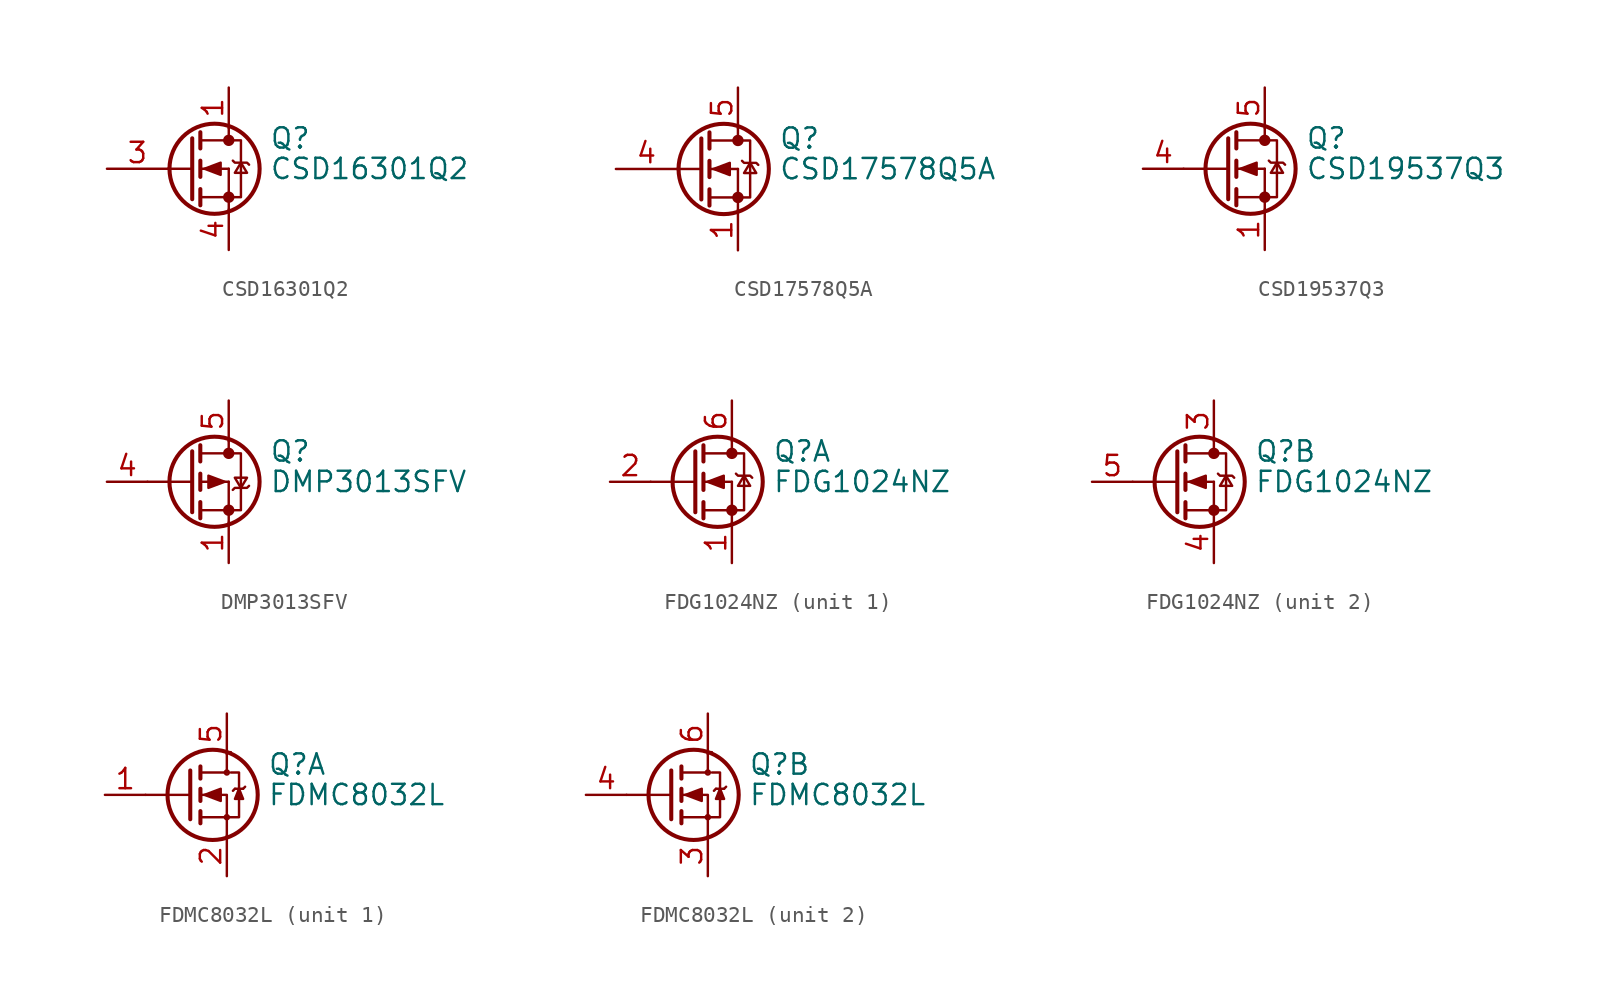
<source format=kicad_sym>
(kicad_symbol_lib
  (version 20201005)
  (generator kicad_symbol_editor)
  (symbol "CSD16301Q2"
    (pin_names hide)
    (property "Reference" "Q"
      (at 5.08 1.905 0)
      (effects (font (size 1.27 1.27)) (justify left)))
    (property "Value" "CSD16301Q2"
      (at 5.08 0 0)
      (effects (font (size 1.27 1.27)) (justify left)))
    (symbol "CSD16301Q2_0_1"
      (circle (center 1.651 0) (radius 2.819) (stroke (width 0.254)) (fill (type none)))
      (circle (center 2.54 -1.778) (radius 0.279) (stroke (width 0)) (fill (type outline)))
      (circle (center 2.54 1.778) (radius 0.279) (stroke (width 0)) (fill (type outline)))
      (polyline (pts (xy -1.27 0) (xy 0.254 0)) (stroke (width 0)) (fill (type none)))
      (polyline (pts (xy 0.762 -1.778) (xy 2.54 -1.778)) (stroke (width 0)) (fill (type none)))
      (polyline (pts (xy 0.762 -1.27) (xy 0.762 -2.286)) (stroke (width 0.254)) (fill (type none)))
      (polyline (pts (xy 0.762 0) (xy 2.54 0)) (stroke (width 0)) (fill (type none)))
      (polyline (pts (xy 0.762 0.508) (xy 0.762 -0.508)) (stroke (width 0.254)) (fill (type none)))
      (polyline (pts (xy 0.762 1.778) (xy 2.54 1.778)) (stroke (width 0)) (fill (type none)))
      (polyline (pts (xy 0.762 2.286) (xy 0.762 1.27)) (stroke (width 0.254)) (fill (type none)))
      (polyline (pts (xy 2.54 -1.778) (xy 2.54 -2.54)) (stroke (width 0)) (fill (type none)))
      (polyline (pts (xy 2.54 -1.778) (xy 2.54 0)) (stroke (width 0)) (fill (type none)))
      (polyline (pts (xy 2.54 2.54) (xy 2.54 1.778)) (stroke (width 0)) (fill (type none)))
      (polyline (pts (xy 0.254 1.905) (xy 0.254 -1.905) (xy 0.254 -1.905)) (stroke (width 0.254)) (fill (type none)))
      (polyline (pts (xy 1.016 0) (xy 2.032 0.381) (xy 2.032 -0.381) (xy 1.016 0)) (stroke (width 0)) (fill (type outline)))
      (polyline (pts (xy 2.54 -1.778) (xy 3.302 -1.778) (xy 3.302 1.778) (xy 2.54 1.778)) (stroke (width 0)) (fill (type none)))
      (polyline (pts (xy 2.794 0.508) (xy 2.921 0.381) (xy 3.683 0.381) (xy 3.81 0.254)) (stroke (width 0)) (fill (type none)))
      (polyline (pts (xy 3.302 0.381) (xy 2.921 -0.254) (xy 3.683 -0.254) (xy 3.302 0.381)) (stroke (width 0)) (fill (type none))))
    (symbol "CSD16301Q2_1_1"
      (pin passive line (at 2.54 5.08 270) (length 2.54) (name "D" (effects (font (size 1.27 1.27)))) (number "1" (effects (font (size 1.27 1.27)))))
      (pin passive line (at 2.54 5.08 270) (length 2.54) hide (name "D" (effects (font (size 1.27 1.27)))) (number "2" (effects (font (size 1.27 1.27)))))
      (pin passive line (at -5.08 0 0) (length 3.81) (name "G" (effects (font (size 1.27 1.27)))) (number "3" (effects (font (size 1.27 1.27)))))
      (pin passive line (at 2.54 -5.08 90) (length 2.54) (name "S" (effects (font (size 1.27 1.27)))) (number "4" (effects (font (size 1.27 1.27)))))
      (pin passive line (at 2.54 5.08 270) (length 2.54) hide (name "D" (effects (font (size 1.27 1.27)))) (number "5" (effects (font (size 1.27 1.27)))))
      (pin passive line (at 2.54 5.08 270) (length 2.54) hide (name "D" (effects (font (size 1.27 1.27)))) (number "6" (effects (font (size 1.27 1.27)))))
      (pin passive line (at 2.54 -5.08 90) (length 2.54) hide (name "S" (effects (font (size 1.27 1.27)))) (number "7" (effects (font (size 1.27 1.27)))))
      (pin passive line (at 2.54 5.08 270) (length 2.54) hide (name "D" (effects (font (size 1.27 1.27)))) (number "8" (effects (font (size 1.27 1.27)))))))
  (symbol "CSD17578Q5A"
    (pin_names hide)
    (property "Reference" "Q"
      (at 5.08 1.905 0)
      (effects (font (size 1.27 1.27)) (justify left)))
    (property "Value" "CSD17578Q5A"
      (at 5.08 0 0)
      (effects (font (size 1.27 1.27)) (justify left)))
    (symbol "CSD17578Q5A_0_1"
      (circle (center 1.651 0) (radius 2.819) (stroke (width 0.254)) (fill (type none)))
      (circle (center 2.54 -1.778) (radius 0.279) (stroke (width 0)) (fill (type outline)))
      (circle (center 2.54 1.778) (radius 0.279) (stroke (width 0)) (fill (type outline)))
      (polyline (pts (xy -1.27 0) (xy 0.254 0)) (stroke (width 0)) (fill (type none)))
      (polyline (pts (xy 0.762 -1.778) (xy 2.54 -1.778)) (stroke (width 0)) (fill (type none)))
      (polyline (pts (xy 0.762 -1.27) (xy 0.762 -2.286)) (stroke (width 0.254)) (fill (type none)))
      (polyline (pts (xy 0.762 0) (xy 2.54 0)) (stroke (width 0)) (fill (type none)))
      (polyline (pts (xy 0.762 0.508) (xy 0.762 -0.508)) (stroke (width 0.254)) (fill (type none)))
      (polyline (pts (xy 0.762 1.778) (xy 2.54 1.778)) (stroke (width 0)) (fill (type none)))
      (polyline (pts (xy 0.762 2.286) (xy 0.762 1.27)) (stroke (width 0.254)) (fill (type none)))
      (polyline (pts (xy 2.54 -1.778) (xy 2.54 -2.54)) (stroke (width 0)) (fill (type none)))
      (polyline (pts (xy 2.54 -1.778) (xy 2.54 0)) (stroke (width 0)) (fill (type none)))
      (polyline (pts (xy 2.54 2.54) (xy 2.54 1.778)) (stroke (width 0)) (fill (type none)))
      (polyline (pts (xy 0.254 1.905) (xy 0.254 -1.905) (xy 0.254 -1.905)) (stroke (width 0.254)) (fill (type none)))
      (polyline (pts (xy 1.016 0) (xy 2.032 0.381) (xy 2.032 -0.381) (xy 1.016 0)) (stroke (width 0)) (fill (type outline)))
      (polyline (pts (xy 2.54 -1.778) (xy 3.302 -1.778) (xy 3.302 1.778) (xy 2.54 1.778)) (stroke (width 0)) (fill (type none)))
      (polyline (pts (xy 2.794 0.508) (xy 2.921 0.381) (xy 3.683 0.381) (xy 3.81 0.254)) (stroke (width 0)) (fill (type none)))
      (polyline (pts (xy 3.302 0.381) (xy 2.921 -0.254) (xy 3.683 -0.254) (xy 3.302 0.381)) (stroke (width 0)) (fill (type none))))
    (symbol "CSD17578Q5A_1_1"
      (pin passive line (at 2.54 -5.08 90) (length 2.54) (name "S" (effects (font (size 1.27 1.27)))) (number "1" (effects (font (size 1.27 1.27)))))
      (pin passive line (at 2.54 -5.08 90) (length 2.54) hide (name "S" (effects (font (size 1.27 1.27)))) (number "2" (effects (font (size 1.27 1.27)))))
      (pin passive line (at 2.54 -5.08 90) (length 2.54) hide (name "S" (effects (font (size 1.27 1.27)))) (number "3" (effects (font (size 1.27 1.27)))))
      (pin passive line (at -5.08 0 0) (length 3.81) (name "G" (effects (font (size 1.27 1.27)))) (number "4" (effects (font (size 1.27 1.27)))))
      (pin passive line (at 2.54 5.08 270) (length 2.54) (name "D" (effects (font (size 1.27 1.27)))) (number "5" (effects (font (size 1.27 1.27)))))))
  (symbol "CSD19537Q3"
    (pin_names
      (offset 0) hide)
    (property "Reference" "Q"
      (at 5.08 1.905 0)
      (effects (font (size 1.27 1.27)) (justify left)))
    (property "Value" "CSD19537Q3"
      (at 5.08 0 0)
      (effects (font (size 1.27 1.27)) (justify left)))
    (symbol "CSD19537Q3_0_1"
      (circle (center 1.651 0) (radius 2.819) (stroke (width 0.254)) (fill (type none)))
      (circle (center 2.54 -1.778) (radius 0.279) (stroke (width 0)) (fill (type outline)))
      (circle (center 2.54 1.778) (radius 0.279) (stroke (width 0)) (fill (type outline)))
      (polyline (pts (xy -2.54 0) (xy 0.254 0)) (stroke (width 0)) (fill (type none)))
      (polyline (pts (xy 0.762 -1.778) (xy 2.54 -1.778)) (stroke (width 0)) (fill (type none)))
      (polyline (pts (xy 0.762 -1.27) (xy 0.762 -2.286)) (stroke (width 0.254)) (fill (type none)))
      (polyline (pts (xy 0.762 0) (xy 2.54 0)) (stroke (width 0)) (fill (type none)))
      (polyline (pts (xy 0.762 0.508) (xy 0.762 -0.508)) (stroke (width 0.254)) (fill (type none)))
      (polyline (pts (xy 0.762 1.778) (xy 2.54 1.778)) (stroke (width 0)) (fill (type none)))
      (polyline (pts (xy 0.762 2.286) (xy 0.762 1.27)) (stroke (width 0.254)) (fill (type none)))
      (polyline (pts (xy 2.54 -1.778) (xy 2.54 -2.54)) (stroke (width 0)) (fill (type none)))
      (polyline (pts (xy 2.54 -1.778) (xy 2.54 0)) (stroke (width 0)) (fill (type none)))
      (polyline (pts (xy 2.54 2.54) (xy 2.54 1.778)) (stroke (width 0)) (fill (type none)))
      (polyline (pts (xy 0.254 1.905) (xy 0.254 -1.905) (xy 0.254 -1.905)) (stroke (width 0.254)) (fill (type none)))
      (polyline (pts (xy 1.016 0) (xy 2.032 0.381) (xy 2.032 -0.381) (xy 1.016 0)) (stroke (width 0)) (fill (type outline)))
      (polyline (pts (xy 2.54 -1.778) (xy 3.302 -1.778) (xy 3.302 1.778) (xy 2.54 1.778)) (stroke (width 0)) (fill (type none)))
      (polyline (pts (xy 2.794 0.508) (xy 2.921 0.381) (xy 3.683 0.381) (xy 3.81 0.254)) (stroke (width 0)) (fill (type none)))
      (polyline (pts (xy 3.302 0.381) (xy 2.921 -0.254) (xy 3.683 -0.254) (xy 3.302 0.381)) (stroke (width 0)) (fill (type none))))
    (symbol "CSD19537Q3_1_1"
      (pin passive line (at 2.54 -5.08 90) (length 2.54) (name "S" (effects (font (size 1.27 1.27)))) (number "1" (effects (font (size 1.27 1.27)))))
      (pin passive line (at 2.54 -5.08 90) (length 2.54) hide (name "S" (effects (font (size 1.27 1.27)))) (number "2" (effects (font (size 1.27 1.27)))))
      (pin passive line (at 2.54 -5.08 90) (length 2.54) hide (name "S" (effects (font (size 1.27 1.27)))) (number "3" (effects (font (size 1.27 1.27)))))
      (pin passive line (at -5.08 0 0) (length 2.54) (name "G" (effects (font (size 1.27 1.27)))) (number "4" (effects (font (size 1.27 1.27)))))
      (pin passive line (at 2.54 5.08 270) (length 2.54) (name "D" (effects (font (size 1.27 1.27)))) (number "5" (effects (font (size 1.27 1.27)))))))
  (symbol "DMP3013SFV"
    (pin_names
      (offset 0) hide)
    (property "Reference" "Q"
      (at 5.08 1.905 0)
      (effects (font (size 1.27 1.27)) (justify left)))
    (property "Value" "DMP3013SFV"
      (at 5.08 0 0)
      (effects (font (size 1.27 1.27)) (justify left)))
    (symbol "DMP3013SFV_0_1"
      (circle (center 1.651 0) (radius 2.819) (stroke (width 0.254)) (fill (type none)))
      (circle (center 2.54 -1.778) (radius 0.279) (stroke (width 0)) (fill (type outline)))
      (circle (center 2.54 1.778) (radius 0.279) (stroke (width 0)) (fill (type outline)))
      (polyline (pts (xy -2.54 0) (xy 0.254 0)) (stroke (width 0)) (fill (type none)))
      (polyline (pts (xy 0.762 -1.778) (xy 2.54 -1.778)) (stroke (width 0)) (fill (type none)))
      (polyline (pts (xy 0.762 -1.27) (xy 0.762 -2.286)) (stroke (width 0.254)) (fill (type none)))
      (polyline (pts (xy 0.762 0) (xy 2.54 0)) (stroke (width 0)) (fill (type none)))
      (polyline (pts (xy 0.762 0.508) (xy 0.762 -0.508)) (stroke (width 0.254)) (fill (type none)))
      (polyline (pts (xy 0.762 1.778) (xy 2.54 1.778)) (stroke (width 0)) (fill (type none)))
      (polyline (pts (xy 0.762 2.286) (xy 0.762 1.27)) (stroke (width 0.254)) (fill (type none)))
      (polyline (pts (xy 2.54 -1.778) (xy 2.54 -2.54)) (stroke (width 0)) (fill (type none)))
      (polyline (pts (xy 2.54 -1.778) (xy 2.54 0)) (stroke (width 0)) (fill (type none)))
      (polyline (pts (xy 2.54 2.54) (xy 2.54 1.778)) (stroke (width 0)) (fill (type none)))
      (polyline (pts (xy 0.254 1.905) (xy 0.254 -1.905) (xy 0.254 -1.905)) (stroke (width 0.254)) (fill (type none)))
      (polyline (pts (xy 2.286 0) (xy 1.27 -0.381) (xy 1.27 0.381) (xy 2.286 0)) (stroke (width 0)) (fill (type outline)))
      (polyline (pts (xy 2.54 -1.778) (xy 3.302 -1.778) (xy 3.302 1.778) (xy 2.54 1.778)) (stroke (width 0)) (fill (type none)))
      (polyline (pts (xy 2.794 -0.508) (xy 2.921 -0.381) (xy 3.683 -0.381) (xy 3.81 -0.254)) (stroke (width 0)) (fill (type none)))
      (polyline (pts (xy 3.302 -0.381) (xy 2.921 0.254) (xy 3.683 0.254) (xy 3.302 -0.381)) (stroke (width 0)) (fill (type none))))
    (symbol "DMP3013SFV_1_1"
      (pin passive line (at 2.54 -5.08 90) (length 2.54) (name "S" (effects (font (size 1.27 1.27)))) (number "1" (effects (font (size 1.27 1.27)))))
      (pin passive line (at 2.54 -5.08 90) (length 2.54) hide (name "S" (effects (font (size 1.27 1.27)))) (number "2" (effects (font (size 1.27 1.27)))))
      (pin passive line (at 2.54 -5.08 90) (length 2.54) hide (name "S" (effects (font (size 1.27 1.27)))) (number "3" (effects (font (size 1.27 1.27)))))
      (pin passive line (at -5.08 0 0) (length 2.54) (name "G" (effects (font (size 1.27 1.27)))) (number "4" (effects (font (size 1.27 1.27)))))
      (pin passive line (at 2.54 5.08 270) (length 2.54) (name "D" (effects (font (size 1.27 1.27)))) (number "5" (effects (font (size 1.27 1.27)))))))
  (symbol "FDG1024NZ"
    (pin_names
      (offset 0) hide)
    (property "Reference" "Q"
      (at 5.08 1.905 0)
      (effects (font (size 1.27 1.27)) (justify left)))
    (property "Value" "FDG1024NZ"
      (at 5.08 0 0)
      (effects (font (size 1.27 1.27)) (justify left)))
    (symbol "FDG1024NZ_0_1"
      (circle (center 1.651 0) (radius 2.819) (stroke (width 0.254)) (fill (type none)))
      (circle (center 2.54 -1.778) (radius 0.279) (stroke (width 0)) (fill (type outline)))
      (circle (center 2.54 1.778) (radius 0.279) (stroke (width 0)) (fill (type outline)))
      (polyline (pts (xy -2.54 0) (xy 0.254 0)) (stroke (width 0)) (fill (type none)))
      (polyline (pts (xy 0.762 -1.778) (xy 2.54 -1.778)) (stroke (width 0)) (fill (type none)))
      (polyline (pts (xy 0.762 -1.27) (xy 0.762 -2.286)) (stroke (width 0.254)) (fill (type none)))
      (polyline (pts (xy 0.762 0) (xy 2.54 0)) (stroke (width 0)) (fill (type none)))
      (polyline (pts (xy 0.762 0.508) (xy 0.762 -0.508)) (stroke (width 0.254)) (fill (type none)))
      (polyline (pts (xy 0.762 1.778) (xy 2.54 1.778)) (stroke (width 0)) (fill (type none)))
      (polyline (pts (xy 0.762 2.286) (xy 0.762 1.27)) (stroke (width 0.254)) (fill (type none)))
      (polyline (pts (xy 2.54 -1.778) (xy 2.54 -2.54)) (stroke (width 0)) (fill (type none)))
      (polyline (pts (xy 2.54 -1.778) (xy 2.54 0)) (stroke (width 0)) (fill (type none)))
      (polyline (pts (xy 2.54 2.54) (xy 2.54 1.778)) (stroke (width 0)) (fill (type none)))
      (polyline (pts (xy 0.254 1.905) (xy 0.254 -1.905) (xy 0.254 -1.905)) (stroke (width 0.254)) (fill (type none)))
      (polyline (pts (xy 1.016 0) (xy 2.032 0.381) (xy 2.032 -0.381) (xy 1.016 0)) (stroke (width 0)) (fill (type outline)))
      (polyline (pts (xy 2.54 -1.778) (xy 3.302 -1.778) (xy 3.302 1.778) (xy 2.54 1.778)) (stroke (width 0)) (fill (type none)))
      (polyline (pts (xy 2.794 0.508) (xy 2.921 0.381) (xy 3.683 0.381) (xy 3.81 0.254)) (stroke (width 0)) (fill (type none)))
      (polyline (pts (xy 3.302 0.381) (xy 2.921 -0.254) (xy 3.683 -0.254) (xy 3.302 0.381)) (stroke (width 0)) (fill (type none))))
    (symbol "FDG1024NZ_1_1"
      (pin passive line (at 2.54 -5.08 90) (length 2.54) (name "S" (effects (font (size 1.27 1.27)))) (number "1" (effects (font (size 1.27 1.27)))))
      (pin passive line (at -5.08 0 0) (length 2.54) (name "G" (effects (font (size 1.27 1.27)))) (number "2" (effects (font (size 1.27 1.27)))))
      (pin passive line (at 2.54 5.08 270) (length 2.54) (name "D" (effects (font (size 1.27 1.27)))) (number "6" (effects (font (size 1.27 1.27))))))
    (symbol "FDG1024NZ_2_1"
      (pin passive line (at 2.54 5.08 270) (length 2.54) (name "D" (effects (font (size 1.27 1.27)))) (number "3" (effects (font (size 1.27 1.27)))))
      (pin passive line (at 2.54 -5.08 90) (length 2.54) (name "S" (effects (font (size 1.27 1.27)))) (number "4" (effects (font (size 1.27 1.27)))))
      (pin passive line (at -5.08 0 0) (length 2.54) (name "G" (effects (font (size 1.27 1.27)))) (number "5" (effects (font (size 1.27 1.27)))))))
  (symbol "FDMC8032L"
    (pin_names
      (offset 0) hide)
    (property "Reference" "Q"
      (at 5.08 1.905 0)
      (effects (font (size 1.27 1.27)) (justify left)))
    (property "Value" "FDMC8032L"
      (at 5.08 0 0)
      (effects (font (size 1.27 1.27)) (justify left)))
    (symbol "FDMC8032L_0_1"
      (circle (center 1.651 0) (radius 2.819) (stroke (width 0.254)) (fill (type none)))
      (circle (center 2.54 -1.397) (radius 0.127) (stroke (width 0)) (fill (type none)))
      (circle (center 2.54 1.397) (radius 0.127) (stroke (width 0)) (fill (type none)))
      (polyline (pts (xy 0.254 0) (xy -2.54 0)) (stroke (width 0)) (fill (type none)))
      (polyline (pts (xy 0.889 -1.016) (xy 0.889 -1.778)) (stroke (width 0.254)) (fill (type none)))
      (polyline (pts (xy 0.889 0.381) (xy 0.889 -0.381)) (stroke (width 0.254)) (fill (type none)))
      (polyline (pts (xy 0.889 1.778) (xy 0.889 1.016)) (stroke (width 0.254)) (fill (type none)))
      (polyline (pts (xy 3.048 0.381) (xy 2.921 0.254)) (stroke (width 0)) (fill (type none)))
      (polyline (pts (xy 3.048 0.381) (xy 3.556 0.381)) (stroke (width 0)) (fill (type none)))
      (polyline (pts (xy 3.556 0.381) (xy 3.683 0.508)) (stroke (width 0)) (fill (type none)))
      (polyline (pts (xy 0.254 1.524) (xy 0.254 -1.524) (xy 0.254 -1.524)) (stroke (width 0.254)) (fill (type none)))
      (polyline (pts (xy 0.889 -1.397) (xy 2.54 -1.397) (xy 2.54 -2.667) (xy 2.54 -2.667)) (stroke (width 0)) (fill (type none)))
      (polyline (pts (xy 1.016 1.397) (xy 2.54 1.397) (xy 2.54 2.667) (xy 2.794 2.667)) (stroke (width 0)) (fill (type none)))
      (polyline (pts (xy 2.794 1.397) (xy 3.302 1.397) (xy 3.302 -1.397) (xy 2.54 -1.397)) (stroke (width 0)) (fill (type none)))
      (polyline (pts (xy 3.302 0.381) (xy 3.048 -0.254) (xy 3.556 -0.254) (xy 3.302 0.381)) (stroke (width 0)) (fill (type outline)))
      (polyline (pts (xy 0.889 0) (xy 1.27 0) (xy 2.54 0) (xy 2.54 -1.27) (xy 2.54 -1.27)) (stroke (width 0)) (fill (type none)))
      (polyline (pts (xy 1.143 0) (xy 2.159 0.381) (xy 2.159 -0.381) (xy 1.143 0) (xy 1.27 0) (xy 1.27 0)) (stroke (width 0)) (fill (type outline))))
    (symbol "FDMC8032L_1_1"
      (pin passive line (at -5.08 0 0) (length 2.54) (name "G1" (effects (font (size 1.27 1.27)))) (number "1" (effects (font (size 1.27 1.27)))))
      (pin passive line (at 2.54 -5.08 90) (length 2.54) (name "S1" (effects (font (size 1.27 1.27)))) (number "2" (effects (font (size 1.27 1.27)))))
      (pin passive line (at 2.54 5.08 270) (length 2.54) (name "D1" (effects (font (size 1.27 1.27)))) (number "5" (effects (font (size 1.27 1.27))))))
    (symbol "FDMC8032L_2_1"
      (pin passive line (at 2.54 -5.08 90) (length 2.54) (name "S2" (effects (font (size 1.27 1.27)))) (number "3" (effects (font (size 1.27 1.27)))))
      (pin passive line (at -5.08 0 0) (length 2.54) (name "G2" (effects (font (size 1.27 1.27)))) (number "4" (effects (font (size 1.27 1.27)))))
      (pin passive line (at 2.54 5.08 270) (length 2.54) (name "D2" (effects (font (size 1.27 1.27)))) (number "6" (effects (font (size 1.27 1.27))))))))
</source>
